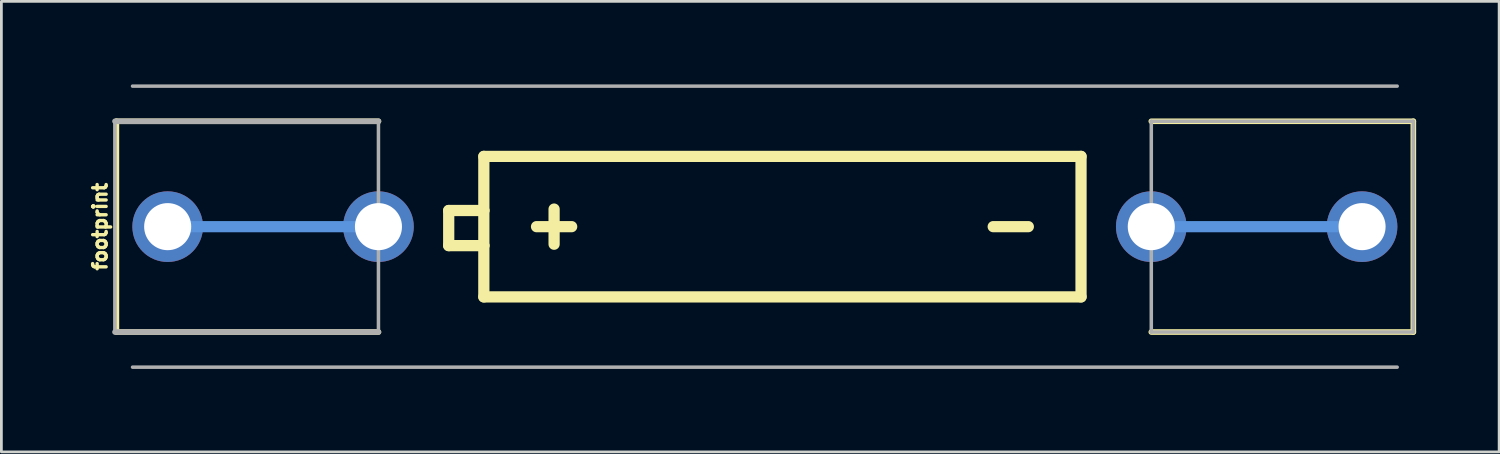
<source format=kicad_pcb>
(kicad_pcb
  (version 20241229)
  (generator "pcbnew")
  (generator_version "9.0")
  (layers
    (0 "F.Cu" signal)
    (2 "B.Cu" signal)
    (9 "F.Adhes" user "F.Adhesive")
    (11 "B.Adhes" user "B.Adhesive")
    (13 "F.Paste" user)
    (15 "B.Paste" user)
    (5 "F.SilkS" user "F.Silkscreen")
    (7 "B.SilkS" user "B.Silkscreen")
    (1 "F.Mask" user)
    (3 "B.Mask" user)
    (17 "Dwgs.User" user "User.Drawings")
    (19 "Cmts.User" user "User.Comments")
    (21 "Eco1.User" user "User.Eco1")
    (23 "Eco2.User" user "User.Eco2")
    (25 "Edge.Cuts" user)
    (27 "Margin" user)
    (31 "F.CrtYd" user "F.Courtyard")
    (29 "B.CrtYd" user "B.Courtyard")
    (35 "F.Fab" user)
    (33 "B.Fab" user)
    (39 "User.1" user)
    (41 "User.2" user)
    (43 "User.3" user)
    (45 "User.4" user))
  (footprint "footprint"
    (layer "F.Cu")
    (at 24.602 5.144)
    (property "Reference" "footprint" (at -23.749 0 90) (layer "F.SilkS") (effects (font (size 0.488 0.488) (thickness 0.122)) (justify bottom)))
    (fp_circle (center -21.59 0) (end -21.188 0) (stroke (width 0.889) (type solid)) (fill no) (layer "F.Mask"))
    (fp_circle (center -13.97 0) (end -13.568 0) (stroke (width 0.889) (type solid)) (fill no) (layer "F.Mask"))
    (fp_circle (center 13.97 0) (end 14.372 0) (stroke (width 0.889) (type solid)) (fill no) (layer "F.Mask"))
    (fp_circle (center 21.59 0) (end 21.992 0) (stroke (width 0.889) (type solid)) (fill no) (layer "F.Mask"))
    (fp_circle (center -21.59 0) (end -21.188 0) (stroke (width 1.778) (type solid)) (fill no) (layer "B.Mask"))
    (fp_circle (center -13.97 0) (end -13.568 0) (stroke (width 1.778) (type solid)) (fill no) (layer "B.Mask"))
    (fp_circle (center 13.97 0) (end 14.372 0) (stroke (width 1.778) (type solid)) (fill no) (layer "B.Mask"))
    (fp_circle (center 21.59 0) (end 21.992 0) (stroke (width 1.778) (type solid)) (fill no) (layer "B.Mask"))
    (fp_line (start -23.444 -3.81) (end -13.97 -3.81) (stroke (width 0.203) (type solid)) (layer "F.SilkS"))
    (fp_line (start -23.444 3.81) (end -23.444 -3.81) (stroke (width 0.203) (type solid)) (layer "F.SilkS"))
    (fp_line (start -13.97 3.81) (end -23.444 3.81) (stroke (width 0.203) (type solid)) (layer "F.SilkS"))
    (fp_line (start -11.43 -0.584) (end -11.43 0.686) (stroke (width 0.406) (type solid)) (layer "F.SilkS"))
    (fp_line (start -11.43 0.686) (end -10.16 0.686) (stroke (width 0.406) (type solid)) (layer "F.SilkS"))
    (fp_line (start -10.16 -2.54) (end -10.16 -0.584) (stroke (width 0.406) (type solid)) (layer "F.SilkS"))
    (fp_line (start -10.16 -0.584) (end -11.43 -0.584) (stroke (width 0.406) (type solid)) (layer "F.SilkS"))
    (fp_line (start -10.16 -0.584) (end -10.16 0.686) (stroke (width 0.406) (type solid)) (layer "F.SilkS"))
    (fp_line (start -10.16 0.686) (end -10.16 2.54) (stroke (width 0.406) (type solid)) (layer "F.SilkS"))
    (fp_line (start -10.16 2.54) (end 11.43 2.54) (stroke (width 0.406) (type solid)) (layer "F.SilkS"))
    (fp_line (start -7.62 -0.635) (end -7.62 0.635) (stroke (width 0.406) (type solid)) (layer "F.SilkS"))
    (fp_line (start -6.985 0) (end -8.255 0) (stroke (width 0.406) (type solid)) (layer "F.SilkS"))
    (fp_line (start 9.525 0) (end 8.255 0) (stroke (width 0.406) (type solid)) (layer "F.SilkS"))
    (fp_line (start 11.43 -2.54) (end -10.16 -2.54) (stroke (width 0.406) (type solid)) (layer "F.SilkS"))
    (fp_line (start 11.43 2.54) (end 11.43 -2.54) (stroke (width 0.406) (type solid)) (layer "F.SilkS"))
    (fp_line (start 13.97 3.81) (end 23.444 3.81) (stroke (width 0.203) (type solid)) (layer "F.SilkS"))
    (fp_line (start 23.444 -3.81) (end 13.97 -3.81) (stroke (width 0.203) (type solid)) (layer "F.SilkS"))
    (fp_line (start 23.444 3.81) (end 23.444 -3.81) (stroke (width 0.203) (type solid)) (layer "F.SilkS"))
    (fp_line (start -21.59 0) (end -13.97 0) (stroke (width 0.406) (type solid)) (layer "Cmts.User"))
    (fp_line (start 13.97 0) (end 21.59 0) (stroke (width 0.406) (type solid)) (layer "Cmts.User"))
    (fp_line (start -23.495 -3.81) (end -13.97 -3.81) (stroke (width 0.203) (type solid)) (layer "F.Fab"))
    (fp_line (start -23.495 3.81) (end -23.495 -3.81) (stroke (width 0.127) (type solid)) (layer "F.Fab"))
    (fp_line (start -22.86 -5.08) (end 22.86 -5.08) (stroke (width 0.127) (type solid)) (layer "F.Fab"))
    (fp_line (start -22.86 5.08) (end 22.86 5.08) (stroke (width 0.127) (type solid)) (layer "F.Fab"))
    (fp_line (start -13.97 -3.81) (end -13.97 3.81) (stroke (width 0.127) (type solid)) (layer "F.Fab"))
    (fp_line (start -13.97 3.81) (end -23.495 3.81) (stroke (width 0.203) (type solid)) (layer "F.Fab"))
    (fp_line (start 13.97 -3.81) (end 13.97 3.81) (stroke (width 0.127) (type solid)) (layer "F.Fab"))
    (fp_line (start 13.97 3.81) (end 23.444 3.81) (stroke (width 0.127) (type solid)) (layer "F.Fab"))
    (fp_line (start 23.444 -3.81) (end 13.97 -3.81) (stroke (width 0.127) (type solid)) (layer "F.Fab"))
    (fp_line (start 23.444 3.81) (end 23.444 -3.81) (stroke (width 0.127) (type solid)) (layer "F.Fab"))
    (pad "GND@1" thru_hole circle (at 21.59 0) (size 2.553 2.553) (drill 1.702) (layers "*.Cu"))
    (pad "GND@2" thru_hole circle (at 13.97 0) (size 2.553 2.553) (drill 1.702) (layers "*.Cu"))
    (pad "PWR@1" thru_hole circle (at -21.59 0) (size 2.553 2.553) (drill 1.702) (layers "*.Cu"))
    (pad "PWR@2" thru_hole circle (at -13.97 0) (size 2.553 2.553) (drill 1.702) (layers "*.Cu")))
  (gr_rect
    (start -3 -3)
    (end 51.148 13.287)
    (stroke (width 0.1) (type default))
    (fill no)
    (layer "Edge.Cuts")))
</source>
